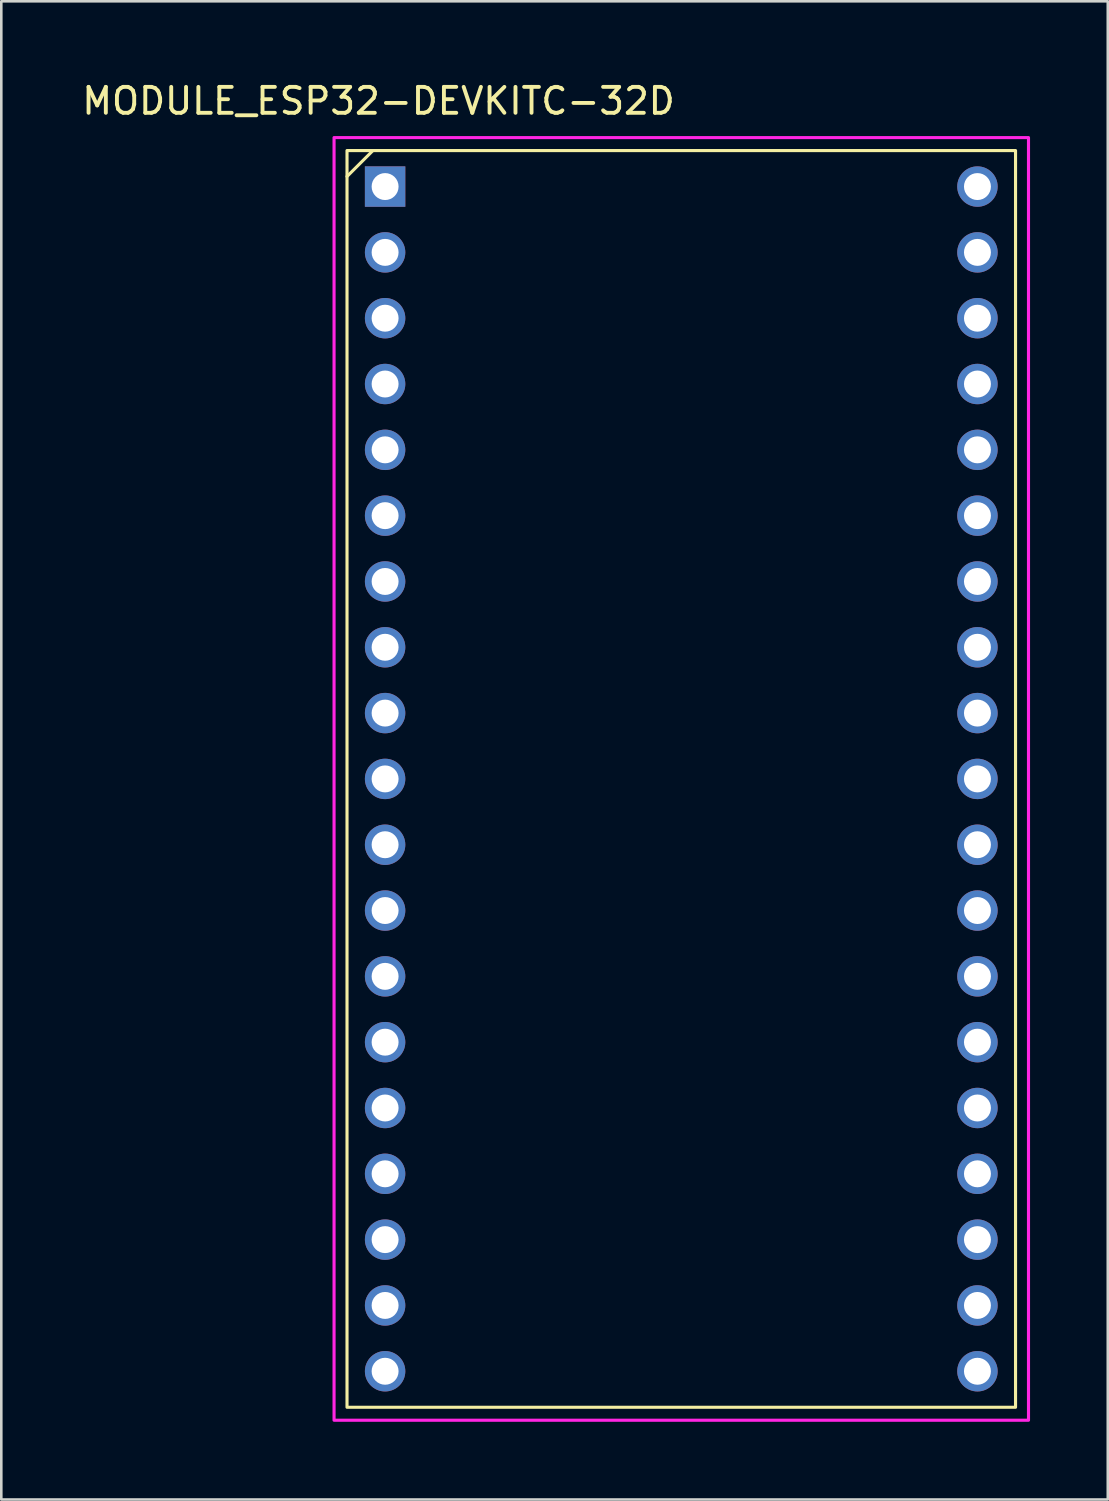
<source format=kicad_pcb>
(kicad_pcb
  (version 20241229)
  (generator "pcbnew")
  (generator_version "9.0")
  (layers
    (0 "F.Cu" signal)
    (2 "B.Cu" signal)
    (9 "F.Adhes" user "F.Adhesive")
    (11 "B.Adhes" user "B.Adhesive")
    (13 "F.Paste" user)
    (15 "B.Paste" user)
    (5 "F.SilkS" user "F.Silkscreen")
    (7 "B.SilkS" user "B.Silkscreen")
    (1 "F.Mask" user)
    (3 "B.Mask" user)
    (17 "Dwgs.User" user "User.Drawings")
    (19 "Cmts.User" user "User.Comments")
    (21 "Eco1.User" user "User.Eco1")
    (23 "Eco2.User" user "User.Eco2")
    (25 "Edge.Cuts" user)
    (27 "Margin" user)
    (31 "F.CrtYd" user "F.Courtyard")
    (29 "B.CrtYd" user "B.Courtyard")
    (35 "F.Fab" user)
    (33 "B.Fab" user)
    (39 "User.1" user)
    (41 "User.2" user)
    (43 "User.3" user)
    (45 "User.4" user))
  (footprint "MODULE_ESP32-DEVKITC-32D"
    (layer "F.Cu")
    (at 23.242 27.01)
    (property "Reference" "MODULE_ESP32-DEVKITC-32D" (at -11.684 -26.162 0) (layer "F.SilkS") (effects (font (size 1 1) (thickness 0.15))))
    (attr through_hole)
    (fp_line (start -12.9 -23.25) (end -11.9 -24.25) (stroke (width 0.12) (type solid)) (layer "F.SilkS"))
    (fp_rect (start -12.9 -24.25) (end 12.9 24.25) (stroke (width 0.12) (type solid)) (fill no) (layer "F.SilkS"))
    (fp_rect (start -13.4 -24.75) (end 13.4 24.75) (stroke (width 0.12) (type solid)) (fill no) (layer "F.CrtYd"))
    (pad "J21" thru_hole rect (at -11.43 -22.86) (size 1.56 1.56) (drill 1.04) (layers "*.Cu" "*.Mask"))
    (pad "J22" thru_hole circle (at -11.43 -20.32) (size 1.56 1.56) (drill 1.04) (layers "*.Cu" "*.Mask"))
    (pad "J23" thru_hole circle (at -11.43 -17.78) (size 1.56 1.56) (drill 1.04) (layers "*.Cu" "*.Mask"))
    (pad "J24" thru_hole circle (at -11.43 -15.24) (size 1.56 1.56) (drill 1.04) (layers "*.Cu" "*.Mask"))
    (pad "J25" thru_hole circle (at -11.43 -12.7) (size 1.56 1.56) (drill 1.04) (layers "*.Cu" "*.Mask"))
    (pad "J26" thru_hole circle (at -11.43 -10.16) (size 1.56 1.56) (drill 1.04) (layers "*.Cu" "*.Mask"))
    (pad "J27" thru_hole circle (at -11.43 -7.62) (size 1.56 1.56) (drill 1.04) (layers "*.Cu" "*.Mask"))
    (pad "J28" thru_hole circle (at -11.43 -5.08) (size 1.56 1.56) (drill 1.04) (layers "*.Cu" "*.Mask"))
    (pad "J29" thru_hole circle (at -11.43 -2.54) (size 1.56 1.56) (drill 1.04) (layers "*.Cu" "*.Mask"))
    (pad "J31" thru_hole circle (at 11.43 -22.86) (size 1.56 1.56) (drill 1.04) (layers "*.Cu" "*.Mask"))
    (pad "J32" thru_hole circle (at 11.43 -20.32) (size 1.56 1.56) (drill 1.04) (layers "*.Cu" "*.Mask"))
    (pad "J33" thru_hole circle (at 11.43 -17.78) (size 1.56 1.56) (drill 1.04) (layers "*.Cu" "*.Mask"))
    (pad "J34" thru_hole circle (at 11.43 -15.24) (size 1.56 1.56) (drill 1.04) (layers "*.Cu" "*.Mask"))
    (pad "J35" thru_hole circle (at 11.43 -12.7) (size 1.56 1.56) (drill 1.04) (layers "*.Cu" "*.Mask"))
    (pad "J36" thru_hole circle (at 11.43 -10.16) (size 1.56 1.56) (drill 1.04) (layers "*.Cu" "*.Mask"))
    (pad "J37" thru_hole circle (at 11.43 -7.62) (size 1.56 1.56) (drill 1.04) (layers "*.Cu" "*.Mask"))
    (pad "J38" thru_hole circle (at 11.43 -5.08) (size 1.56 1.56) (drill 1.04) (layers "*.Cu" "*.Mask"))
    (pad "J39" thru_hole circle (at 11.43 -2.54) (size 1.56 1.56) (drill 1.04) (layers "*.Cu" "*.Mask"))
    (pad "J210" thru_hole circle (at -11.43 0) (size 1.56 1.56) (drill 1.04) (layers "*.Cu" "*.Mask"))
    (pad "J211" thru_hole circle (at -11.43 2.54) (size 1.56 1.56) (drill 1.04) (layers "*.Cu" "*.Mask"))
    (pad "J212" thru_hole circle (at -11.43 5.08) (size 1.56 1.56) (drill 1.04) (layers "*.Cu" "*.Mask"))
    (pad "J213" thru_hole circle (at -11.43 7.62) (size 1.56 1.56) (drill 1.04) (layers "*.Cu" "*.Mask"))
    (pad "J214" thru_hole circle (at -11.43 10.16) (size 1.56 1.56) (drill 1.04) (layers "*.Cu" "*.Mask"))
    (pad "J215" thru_hole circle (at -11.43 12.7) (size 1.56 1.56) (drill 1.04) (layers "*.Cu" "*.Mask"))
    (pad "J216" thru_hole circle (at -11.43 15.24) (size 1.56 1.56) (drill 1.04) (layers "*.Cu" "*.Mask"))
    (pad "J217" thru_hole circle (at -11.43 17.78) (size 1.56 1.56) (drill 1.04) (layers "*.Cu" "*.Mask"))
    (pad "J218" thru_hole circle (at -11.43 20.32) (size 1.56 1.56) (drill 1.04) (layers "*.Cu" "*.Mask"))
    (pad "J219" thru_hole circle (at -11.43 22.86) (size 1.56 1.56) (drill 1.04) (layers "*.Cu" "*.Mask"))
    (pad "J310" thru_hole circle (at 11.43 0) (size 1.56 1.56) (drill 1.04) (layers "*.Cu" "*.Mask"))
    (pad "J311" thru_hole circle (at 11.43 2.54) (size 1.56 1.56) (drill 1.04) (layers "*.Cu" "*.Mask"))
    (pad "J312" thru_hole circle (at 11.43 5.08) (size 1.56 1.56) (drill 1.04) (layers "*.Cu" "*.Mask"))
    (pad "J313" thru_hole circle (at 11.43 7.62) (size 1.56 1.56) (drill 1.04) (layers "*.Cu" "*.Mask"))
    (pad "J314" thru_hole circle (at 11.43 10.16) (size 1.56 1.56) (drill 1.04) (layers "*.Cu" "*.Mask"))
    (pad "J315" thru_hole circle (at 11.43 12.7) (size 1.56 1.56) (drill 1.04) (layers "*.Cu" "*.Mask"))
    (pad "J316" thru_hole circle (at 11.43 15.24) (size 1.56 1.56) (drill 1.04) (layers "*.Cu" "*.Mask"))
    (pad "J317" thru_hole circle (at 11.43 17.78) (size 1.56 1.56) (drill 1.04) (layers "*.Cu" "*.Mask"))
    (pad "J318" thru_hole circle (at 11.43 20.32) (size 1.56 1.56) (drill 1.04) (layers "*.Cu" "*.Mask"))
    (pad "J319" thru_hole circle (at 11.43 22.86) (size 1.56 1.56) (drill 1.04) (layers "*.Cu" "*.Mask")))
  (gr_rect
    (start -3 -3)
    (end 39.702 54.82)
    (stroke (width 0.1) (type default))
    (fill no)
    (layer "Edge.Cuts")))
</source>
